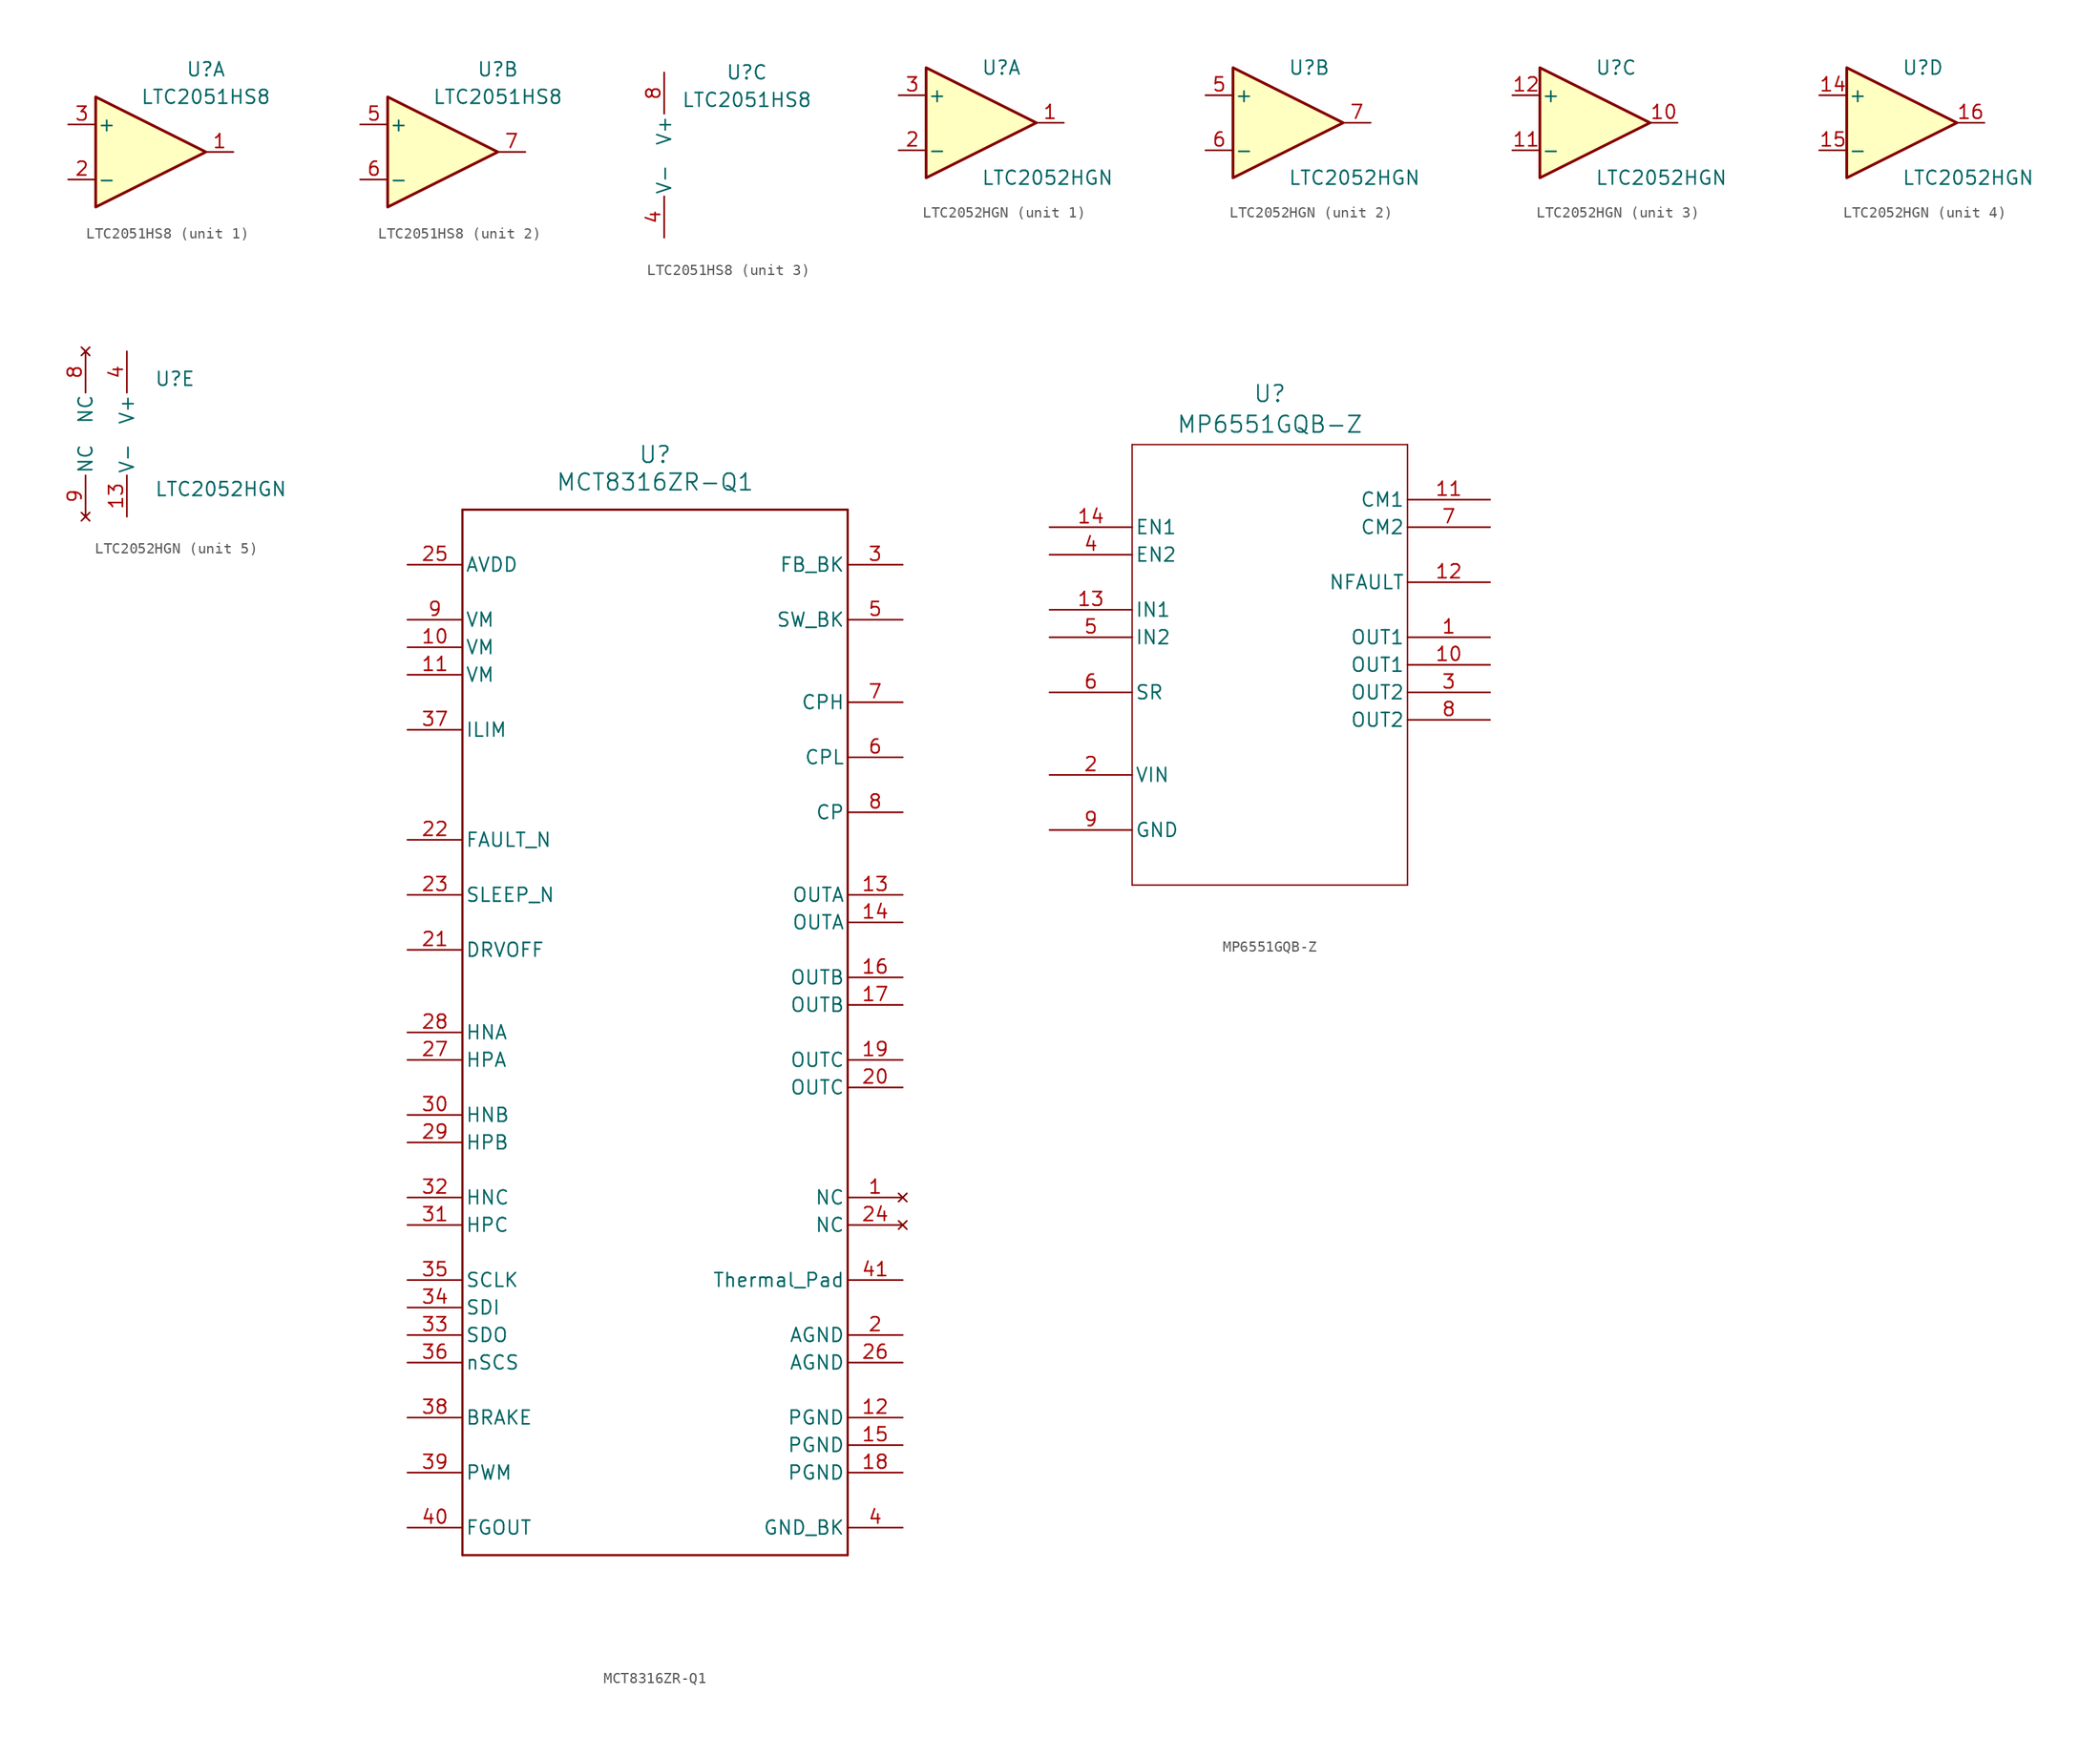
<source format=kicad_sym>
(kicad_symbol_lib
  (version 20241209)
  (generator "kicad_symbol_editor")
  (generator_version "9.0")
  (symbol "LTC2051HS8"
    (pin_names
      (offset 0.127))
    (property "Reference" "U"
      (at 5.08 7.62 0)
      (effects (font (size 1.27 1.27))))
    (property "Value" "LTC2051HS8"
      (at 5.08 5.08 0)
      (effects (font (size 1.27 1.27))))
    (property "ki_locked" ""
      (at 0 0 0)
      (effects (font (size 1.27 1.27))))
    (symbol "LTC2051HS8_1_1"
      (polyline (pts (xy -5.08 5.08) (xy -5.08 -5.08) (xy 5.08 0) (xy -5.08 5.08)) (stroke (width 0.254) (type default)) (fill (type background)))
      (pin input line (at -7.62 2.54 0) (length 2.54) (name "+" (effects (font (size 1.27 1.27)))) (number "3" (effects (font (size 1.27 1.27)))))
      (pin input line (at -7.62 -2.54 0) (length 2.54) (name "-" (effects (font (size 1.27 1.27)))) (number "2" (effects (font (size 1.27 1.27)))))
      (pin output line (at 7.62 0 180) (length 2.54) (name "~" (effects (font (size 1.27 1.27)))) (number "1" (effects (font (size 1.27 1.27))))))
    (symbol "LTC2051HS8_2_1"
      (polyline (pts (xy -5.08 5.08) (xy -5.08 -5.08) (xy 5.08 0) (xy -5.08 5.08)) (stroke (width 0.254) (type default)) (fill (type background)))
      (pin input line (at -7.62 2.54 0) (length 2.54) (name "+" (effects (font (size 1.27 1.27)))) (number "5" (effects (font (size 1.27 1.27)))))
      (pin input line (at -7.62 -2.54 0) (length 2.54) (name "-" (effects (font (size 1.27 1.27)))) (number "6" (effects (font (size 1.27 1.27)))))
      (pin output line (at 7.62 0 180) (length 2.54) (name "~" (effects (font (size 1.27 1.27)))) (number "7" (effects (font (size 1.27 1.27))))))
    (symbol "LTC2051HS8_3_1"
      (pin power_in line (at -2.54 7.62 270) (length 3.81) (name "V+" (effects (font (size 1.27 1.27)))) (number "8" (effects (font (size 1.27 1.27)))))
      (pin power_in line (at -2.54 -7.62 90) (length 3.81) (name "V-" (effects (font (size 1.27 1.27)))) (number "4" (effects (font (size 1.27 1.27)))))))
  (symbol "LTC2052HGN"
    (pin_names
      (offset 0.127))
    (property "Reference" "U"
      (at 0 5.08 0)
      (effects (font (size 1.27 1.27)) (justify left)))
    (property "Value" "LTC2052HGN"
      (at 0 -5.08 0)
      (effects (font (size 1.27 1.27)) (justify left)))
    (property "ki_locked" ""
      (at 0 0 0)
      (effects (font (size 1.27 1.27))))
    (symbol "LTC2052HGN_1_1"
      (polyline (pts (xy -5.08 5.08) (xy 5.08 0) (xy -5.08 -5.08) (xy -5.08 5.08)) (stroke (width 0.254) (type default)) (fill (type background)))
      (pin input line (at -7.62 2.54 0) (length 2.54) (name "+" (effects (font (size 1.27 1.27)))) (number "3" (effects (font (size 1.27 1.27)))))
      (pin input line (at -7.62 -2.54 0) (length 2.54) (name "-" (effects (font (size 1.27 1.27)))) (number "2" (effects (font (size 1.27 1.27)))))
      (pin output line (at 7.62 0 180) (length 2.54) (name "~" (effects (font (size 1.27 1.27)))) (number "1" (effects (font (size 1.27 1.27))))))
    (symbol "LTC2052HGN_2_1"
      (polyline (pts (xy -5.08 5.08) (xy 5.08 0) (xy -5.08 -5.08) (xy -5.08 5.08)) (stroke (width 0.254) (type default)) (fill (type background)))
      (pin input line (at -7.62 2.54 0) (length 2.54) (name "+" (effects (font (size 1.27 1.27)))) (number "5" (effects (font (size 1.27 1.27)))))
      (pin input line (at -7.62 -2.54 0) (length 2.54) (name "-" (effects (font (size 1.27 1.27)))) (number "6" (effects (font (size 1.27 1.27)))))
      (pin output line (at 7.62 0 180) (length 2.54) (name "~" (effects (font (size 1.27 1.27)))) (number "7" (effects (font (size 1.27 1.27))))))
    (symbol "LTC2052HGN_3_1"
      (polyline (pts (xy -5.08 5.08) (xy 5.08 0) (xy -5.08 -5.08) (xy -5.08 5.08)) (stroke (width 0.254) (type default)) (fill (type background)))
      (pin input line (at -7.62 2.54 0) (length 2.54) (name "+" (effects (font (size 1.27 1.27)))) (number "12" (effects (font (size 1.27 1.27)))))
      (pin input line (at -7.62 -2.54 0) (length 2.54) (name "-" (effects (font (size 1.27 1.27)))) (number "11" (effects (font (size 1.27 1.27)))))
      (pin output line (at 7.62 0 180) (length 2.54) (name "~" (effects (font (size 1.27 1.27)))) (number "10" (effects (font (size 1.27 1.27))))))
    (symbol "LTC2052HGN_4_1"
      (polyline (pts (xy -5.08 5.08) (xy 5.08 0) (xy -5.08 -5.08) (xy -5.08 5.08)) (stroke (width 0.254) (type default)) (fill (type background)))
      (pin input line (at -7.62 2.54 0) (length 2.54) (name "+" (effects (font (size 1.27 1.27)))) (number "14" (effects (font (size 1.27 1.27)))))
      (pin input line (at -7.62 -2.54 0) (length 2.54) (name "-" (effects (font (size 1.27 1.27)))) (number "15" (effects (font (size 1.27 1.27)))))
      (pin output line (at 7.62 0 180) (length 2.54) (name "~" (effects (font (size 1.27 1.27)))) (number "16" (effects (font (size 1.27 1.27))))))
    (symbol "LTC2052HGN_5_1"
      (pin no_connect line (at -6.35 7.62 270) (length 3.81) (name "NC" (effects (font (size 1.27 1.27)))) (number "8" (effects (font (size 1.27 1.27)))))
      (pin no_connect line (at -6.35 -7.62 90) (length 3.81) (name "NC" (effects (font (size 1.27 1.27)))) (number "9" (effects (font (size 1.27 1.27)))))
      (pin power_in line (at -2.54 7.62 270) (length 3.81) (name "V+" (effects (font (size 1.27 1.27)))) (number "4" (effects (font (size 1.27 1.27)))))
      (pin power_in line (at -2.54 -7.62 90) (length 3.81) (name "V-" (effects (font (size 1.27 1.27)))) (number "13" (effects (font (size 1.27 1.27)))))))
  (symbol "MCT8316ZR-Q1"
    (pin_names
      (offset 0.254))
    (property "Reference" "U"
      (at 22.86 10.16 0)
      (effects (font (size 1.524 1.524))))
    (property "Value" "MCT8316ZR-Q1"
      (at 22.86 7.62 0)
      (effects (font (size 1.524 1.524))))
    (symbol "MCT8316ZR-Q1_0_1"
      (polyline (pts (xy 5.08 5.08) (xy 5.08 -91.44)) (stroke (width 0.203) (type default)) (fill (type none)))
      (polyline (pts (xy 5.08 -91.44) (xy 40.64 -91.44)) (stroke (width 0.203) (type default)) (fill (type none)))
      (polyline (pts (xy 40.64 5.08) (xy 5.08 5.08)) (stroke (width 0.203) (type default)) (fill (type none)))
      (polyline (pts (xy 40.64 -91.44) (xy 40.64 5.08)) (stroke (width 0.203) (type default)) (fill (type none)))
      (pin power_in line (at 0 -5.08 0) (length 5.08) (name "VM" (effects (font (size 1.27 1.27)))) (number "9" (effects (font (size 1.27 1.27)))))
      (pin power_in line (at 0 -7.62 0) (length 5.08) (name "VM" (effects (font (size 1.27 1.27)))) (number "10" (effects (font (size 1.27 1.27)))))
      (pin power_in line (at 0 -10.16 0) (length 5.08) (name "VM" (effects (font (size 1.27 1.27)))) (number "11" (effects (font (size 1.27 1.27)))))
      (pin input line (at 0 -15.24 0) (length 5.08) (name "ILIM" (effects (font (size 1.27 1.27)))) (number "37" (effects (font (size 1.27 1.27)))))
      (pin output line (at 0 -25.4 0) (length 5.08) (name "FAULT_N" (effects (font (size 1.27 1.27)))) (number "22" (effects (font (size 1.27 1.27)))))
      (pin input line (at 0 -30.48 0) (length 5.08) (name "SLEEP_N" (effects (font (size 1.27 1.27)))) (number "23" (effects (font (size 1.27 1.27)))))
      (pin input line (at 0 -35.56 0) (length 5.08) (name "DRVOFF" (effects (font (size 1.27 1.27)))) (number "21" (effects (font (size 1.27 1.27)))))
      (pin input line (at 0 -43.18 0) (length 5.08) (name "HNA" (effects (font (size 1.27 1.27)))) (number "28" (effects (font (size 1.27 1.27)))))
      (pin input line (at 0 -45.72 0) (length 5.08) (name "HPA" (effects (font (size 1.27 1.27)))) (number "27" (effects (font (size 1.27 1.27)))))
      (pin input line (at 0 -50.8 0) (length 5.08) (name "HNB" (effects (font (size 1.27 1.27)))) (number "30" (effects (font (size 1.27 1.27)))))
      (pin input line (at 0 -53.34 0) (length 5.08) (name "HPB" (effects (font (size 1.27 1.27)))) (number "29" (effects (font (size 1.27 1.27)))))
      (pin input line (at 0 -58.42 0) (length 5.08) (name "HNC" (effects (font (size 1.27 1.27)))) (number "32" (effects (font (size 1.27 1.27)))))
      (pin input line (at 0 -60.96 0) (length 5.08) (name "HPC" (effects (font (size 1.27 1.27)))) (number "31" (effects (font (size 1.27 1.27)))))
      (pin output line (at 0 -88.9 0) (length 5.08) (name "FGOUT" (effects (font (size 1.27 1.27)))) (number "40" (effects (font (size 1.27 1.27)))))
      (pin power_in line (at 45.72 0 180) (length 5.08) (name "FB_BK" (effects (font (size 1.27 1.27)))) (number "3" (effects (font (size 1.27 1.27)))))
      (pin power_in line (at 45.72 -12.7 180) (length 5.08) (name "CPH" (effects (font (size 1.27 1.27)))) (number "7" (effects (font (size 1.27 1.27)))))
      (pin power_in line (at 45.72 -17.78 180) (length 5.08) (name "CPL" (effects (font (size 1.27 1.27)))) (number "6" (effects (font (size 1.27 1.27)))))
      (pin power_in line (at 45.72 -66.04 180) (length 5.08) (name "Thermal_Pad" (effects (font (size 1.27 1.27)))) (number "41" (effects (font (size 1.27 1.27)))))
      (pin power_in line (at 45.72 -71.12 180) (length 5.08) (name "AGND" (effects (font (size 1.27 1.27)))) (number "2" (effects (font (size 1.27 1.27)))))
      (pin power_in line (at 45.72 -73.66 180) (length 5.08) (name "AGND" (effects (font (size 1.27 1.27)))) (number "26" (effects (font (size 1.27 1.27)))))
      (pin power_in line (at 45.72 -78.74 180) (length 5.08) (name "PGND" (effects (font (size 1.27 1.27)))) (number "12" (effects (font (size 1.27 1.27)))))
      (pin power_in line (at 45.72 -81.28 180) (length 5.08) (name "PGND" (effects (font (size 1.27 1.27)))) (number "15" (effects (font (size 1.27 1.27)))))
      (pin power_in line (at 45.72 -83.82 180) (length 5.08) (name "PGND" (effects (font (size 1.27 1.27)))) (number "18" (effects (font (size 1.27 1.27)))))
      (pin power_in line (at 45.72 -88.9 180) (length 5.08) (name "GND_BK" (effects (font (size 1.27 1.27)))) (number "4" (effects (font (size 1.27 1.27))))))
    (symbol "MCT8316ZR-Q1_1_1"
      (pin power_out line (at 0 0 0) (length 5.08) (name "AVDD" (effects (font (size 1.27 1.27)))) (number "25" (effects (font (size 1.27 1.27)))))
      (pin input line (at 0 -66.04 0) (length 5.08) (name "SCLK" (effects (font (size 1.27 1.27)))) (number "35" (effects (font (size 1.27 1.27)))))
      (pin input line (at 0 -68.58 0) (length 5.08) (name "SDI" (effects (font (size 1.27 1.27)))) (number "34" (effects (font (size 1.27 1.27)))))
      (pin output line (at 0 -71.12 0) (length 5.08) (name "SDO" (effects (font (size 1.27 1.27)))) (number "33" (effects (font (size 1.27 1.27)))))
      (pin input line (at 0 -73.66 0) (length 5.08) (name "nSCS" (effects (font (size 1.27 1.27)))) (number "36" (effects (font (size 1.27 1.27)))))
      (pin input line (at 0 -78.74 0) (length 5.08) (name "BRAKE" (effects (font (size 1.27 1.27)))) (number "38" (effects (font (size 1.27 1.27)))))
      (pin input line (at 0 -83.82 0) (length 5.08) (name "PWM" (effects (font (size 1.27 1.27)))) (number "39" (effects (font (size 1.27 1.27)))))
      (pin power_out line (at 45.72 -5.08 180) (length 5.08) (name "SW_BK" (effects (font (size 1.27 1.27)))) (number "5" (effects (font (size 1.27 1.27)))))
      (pin power_out line (at 45.72 -22.86 180) (length 5.08) (name "CP" (effects (font (size 1.27 1.27)))) (number "8" (effects (font (size 1.27 1.27)))))
      (pin power_out line (at 45.72 -30.48 180) (length 5.08) (name "OUTA" (effects (font (size 1.27 1.27)))) (number "13" (effects (font (size 1.27 1.27)))))
      (pin power_out line (at 45.72 -33.02 180) (length 5.08) (name "OUTA" (effects (font (size 1.27 1.27)))) (number "14" (effects (font (size 1.27 1.27)))))
      (pin power_out line (at 45.72 -38.1 180) (length 5.08) (name "OUTB" (effects (font (size 1.27 1.27)))) (number "16" (effects (font (size 1.27 1.27)))))
      (pin power_out line (at 45.72 -40.64 180) (length 5.08) (name "OUTB" (effects (font (size 1.27 1.27)))) (number "17" (effects (font (size 1.27 1.27)))))
      (pin power_out line (at 45.72 -45.72 180) (length 5.08) (name "OUTC" (effects (font (size 1.27 1.27)))) (number "19" (effects (font (size 1.27 1.27)))))
      (pin power_out line (at 45.72 -48.26 180) (length 5.08) (name "OUTC" (effects (font (size 1.27 1.27)))) (number "20" (effects (font (size 1.27 1.27)))))
      (pin no_connect line (at 45.72 -58.42 180) (length 5.08) (name "NC" (effects (font (size 1.27 1.27)))) (number "1" (effects (font (size 1.27 1.27)))))
      (pin no_connect line (at 45.72 -60.96 180) (length 5.08) (name "NC" (effects (font (size 1.27 1.27)))) (number "24" (effects (font (size 1.27 1.27)))))))
  (symbol "MP6551GQB-Z"
    (pin_names
      (offset 0.254))
    (property "Reference" "U"
      (at 20.32 12.314 0)
      (effects (font (size 1.524 1.524))))
    (property "Value" "MP6551GQB-Z"
      (at 20.32 9.481 0)
      (effects (font (size 1.524 1.524))))
    (symbol "MP6551GQB-Z_0_1"
      (polyline (pts (xy 7.62 7.62) (xy 7.62 -33.02)) (stroke (width 0.127) (type default)) (fill (type none)))
      (polyline (pts (xy 7.62 -33.02) (xy 33.02 -33.02)) (stroke (width 0.127) (type default)) (fill (type none)))
      (polyline (pts (xy 33.02 7.62) (xy 7.62 7.62)) (stroke (width 0.127) (type default)) (fill (type none)))
      (polyline (pts (xy 33.02 -33.02) (xy 33.02 7.62)) (stroke (width 0.127) (type default)) (fill (type none)))
      (pin input line (at 0 0 0) (length 7.62) (name "EN1" (effects (font (size 1.27 1.27)))) (number "14" (effects (font (size 1.27 1.27)))))
      (pin input line (at 0 -2.54 0) (length 7.62) (name "EN2" (effects (font (size 1.27 1.27)))) (number "4" (effects (font (size 1.27 1.27)))))
      (pin input line (at 0 -7.62 0) (length 7.62) (name "IN1" (effects (font (size 1.27 1.27)))) (number "13" (effects (font (size 1.27 1.27)))))
      (pin input line (at 0 -10.16 0) (length 7.62) (name "IN2" (effects (font (size 1.27 1.27)))) (number "5" (effects (font (size 1.27 1.27)))))
      (pin passive line (at 0 -15.24 0) (length 7.62) (name "SR" (effects (font (size 1.27 1.27)))) (number "6" (effects (font (size 1.27 1.27)))))
      (pin power_in line (at 0 -22.86 0) (length 7.62) (name "VIN" (effects (font (size 1.27 1.27)))) (number "2" (effects (font (size 1.27 1.27)))))
      (pin power_in line (at 0 -27.94 0) (length 7.62) (name "GND" (effects (font (size 1.27 1.27)))) (number "9" (effects (font (size 1.27 1.27)))))
      (pin output line (at 40.64 2.54 180) (length 7.62) (name "CM1" (effects (font (size 1.27 1.27)))) (number "11" (effects (font (size 1.27 1.27)))))
      (pin output line (at 40.64 0 180) (length 7.62) (name "CM2" (effects (font (size 1.27 1.27)))) (number "7" (effects (font (size 1.27 1.27)))))
      (pin output line (at 40.64 -5.08 180) (length 7.62) (name "NFAULT" (effects (font (size 1.27 1.27)))) (number "12" (effects (font (size 1.27 1.27)))))
      (pin output line (at 40.64 -10.16 180) (length 7.62) (name "OUT1" (effects (font (size 1.27 1.27)))) (number "1" (effects (font (size 1.27 1.27)))))
      (pin output line (at 40.64 -12.7 180) (length 7.62) (name "OUT1" (effects (font (size 1.27 1.27)))) (number "10" (effects (font (size 1.27 1.27)))))
      (pin output line (at 40.64 -15.24 180) (length 7.62) (name "OUT2" (effects (font (size 1.27 1.27)))) (number "3" (effects (font (size 1.27 1.27)))))
      (pin output line (at 40.64 -17.78 180) (length 7.62) (name "OUT2" (effects (font (size 1.27 1.27)))) (number "8" (effects (font (size 1.27 1.27))))))))
</source>
